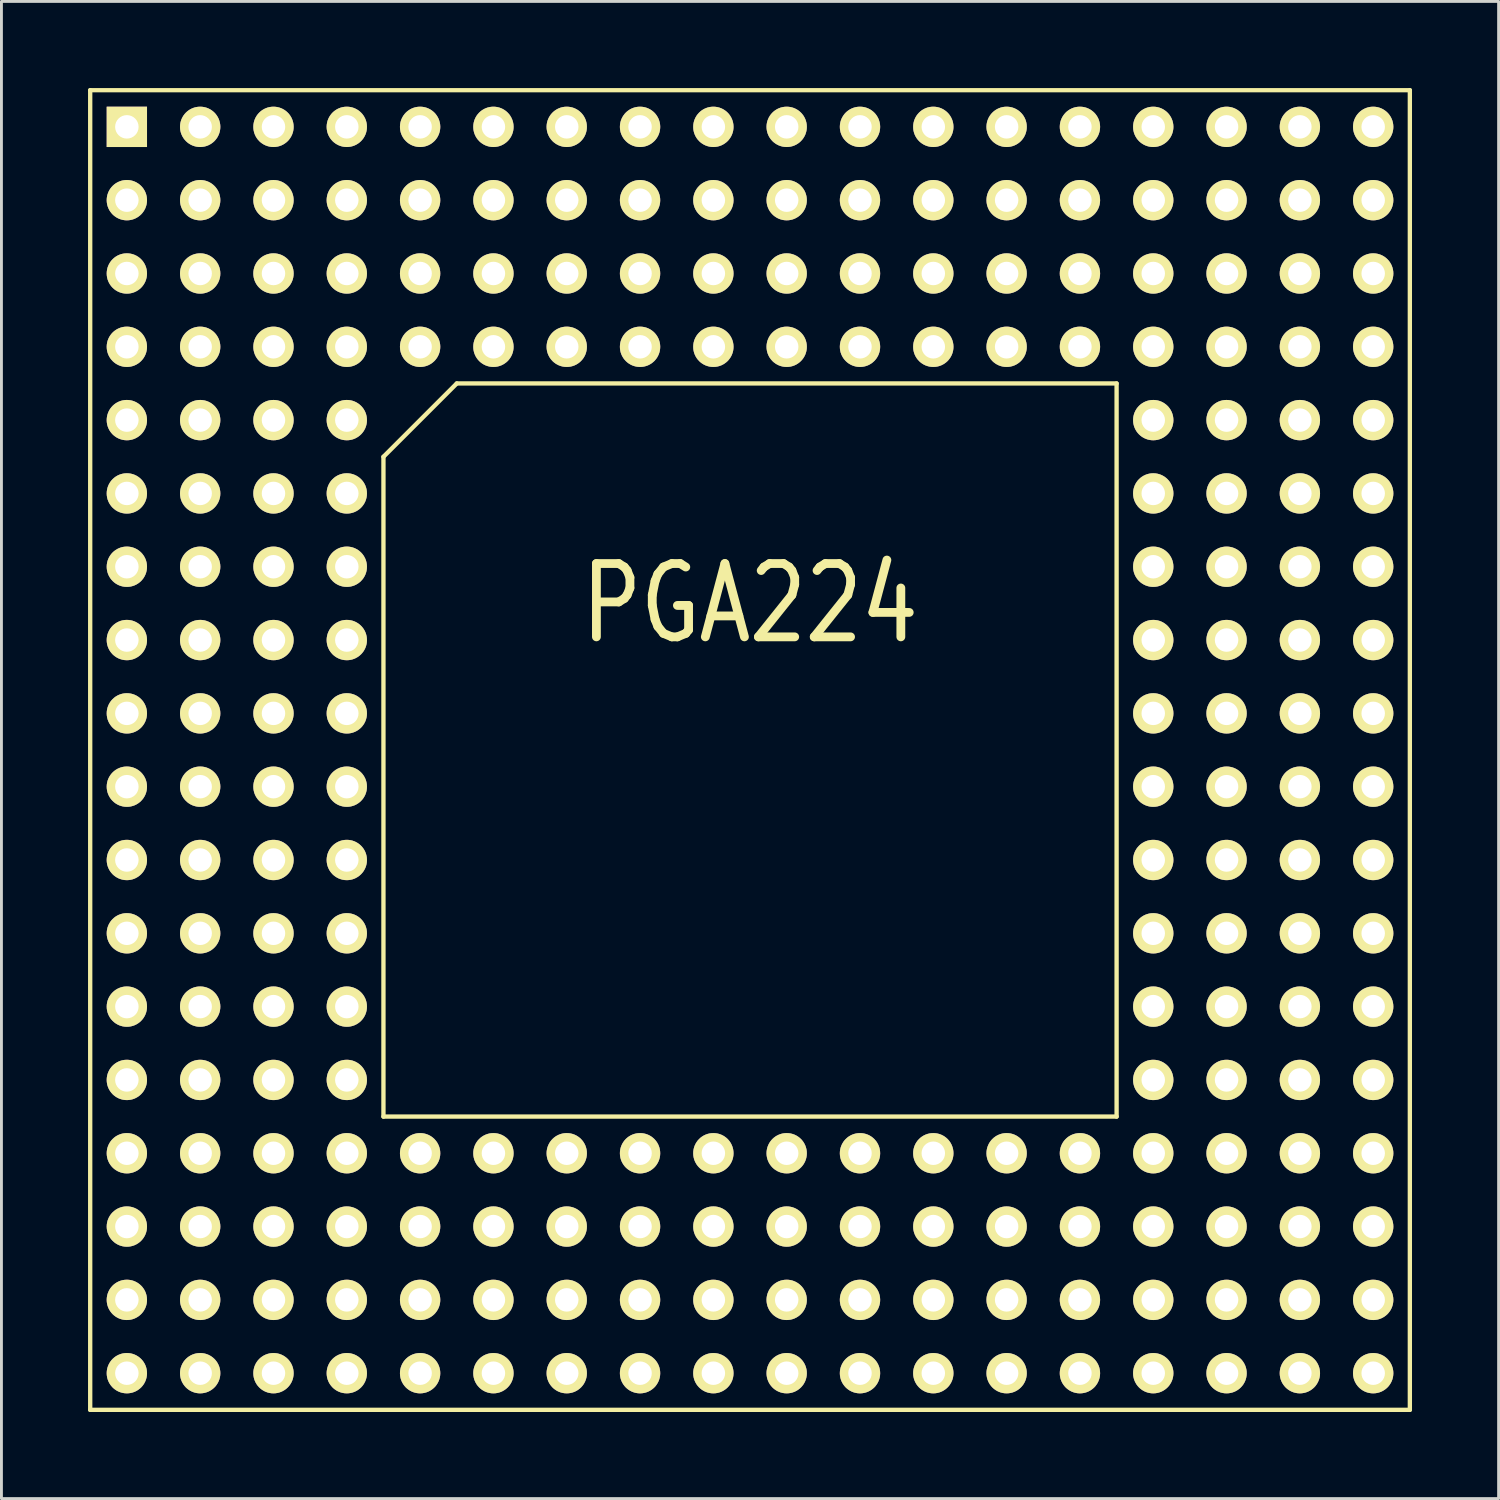
<source format=kicad_pcb>
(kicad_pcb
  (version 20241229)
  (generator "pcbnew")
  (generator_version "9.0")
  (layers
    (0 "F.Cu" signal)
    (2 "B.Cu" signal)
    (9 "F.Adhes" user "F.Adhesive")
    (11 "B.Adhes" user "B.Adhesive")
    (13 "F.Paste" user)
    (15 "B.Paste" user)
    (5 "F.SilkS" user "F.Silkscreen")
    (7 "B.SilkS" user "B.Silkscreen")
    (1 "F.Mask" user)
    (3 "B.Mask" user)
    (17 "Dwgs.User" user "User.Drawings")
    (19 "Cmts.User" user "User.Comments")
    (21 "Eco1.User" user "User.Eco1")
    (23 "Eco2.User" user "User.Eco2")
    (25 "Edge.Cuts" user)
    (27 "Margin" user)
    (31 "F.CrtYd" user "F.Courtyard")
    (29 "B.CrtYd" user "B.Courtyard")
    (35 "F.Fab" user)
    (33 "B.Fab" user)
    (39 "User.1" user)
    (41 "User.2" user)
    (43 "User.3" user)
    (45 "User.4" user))
  (footprint "PGA224"
    (layer "F.Cu")
    (at 22.935 22.935)
    (property "Reference" "PGA224" (at 0 -5.08 0) (layer "F.SilkS") (effects (font (size 2.54 2.032) (thickness 0.305))))
    (attr through_hole)
    (fp_line (start -22.86 -22.86) (end 22.86 -22.86) (stroke (width 0.15) (type solid)) (layer "F.SilkS"))
    (fp_line (start -22.86 22.86) (end -22.86 -22.86) (stroke (width 0.15) (type solid)) (layer "F.SilkS"))
    (fp_line (start -12.7 -10.16) (end -10.16 -12.7) (stroke (width 0.15) (type solid)) (layer "F.SilkS"))
    (fp_line (start -12.7 12.7) (end -12.7 -10.16) (stroke (width 0.15) (type solid)) (layer "F.SilkS"))
    (fp_line (start -10.16 -12.7) (end 12.7 -12.7) (stroke (width 0.15) (type solid)) (layer "F.SilkS"))
    (fp_line (start 12.7 -12.7) (end 12.7 12.7) (stroke (width 0.15) (type solid)) (layer "F.SilkS"))
    (fp_line (start 12.7 12.7) (end -12.7 12.7) (stroke (width 0.15) (type solid)) (layer "F.SilkS"))
    (fp_line (start 22.86 -22.86) (end 22.86 22.86) (stroke (width 0.15) (type solid)) (layer "F.SilkS"))
    (fp_line (start 22.86 22.86) (end -22.86 22.86) (stroke (width 0.15) (type solid)) (layer "F.SilkS"))
    (pad "A1" thru_hole rect (at -21.59 -21.59) (size 1.397 1.397) (drill 0.813) (layers "*.Cu" "*.Mask" "F.SilkS"))
    (pad "A2" thru_hole circle (at -19.05 -21.59) (size 1.397 1.397) (drill 0.813) (layers "*.Cu" "*.Mask" "F.SilkS"))
    (pad "A3" thru_hole circle (at -16.51 -21.59) (size 1.397 1.397) (drill 0.813) (layers "*.Cu" "*.Mask" "F.SilkS"))
    (pad "A4" thru_hole circle (at -13.97 -21.59) (size 1.397 1.397) (drill 0.813) (layers "*.Cu" "*.Mask" "F.SilkS"))
    (pad "A5" thru_hole circle (at -11.43 -21.59) (size 1.397 1.397) (drill 0.813) (layers "*.Cu" "*.Mask" "F.SilkS"))
    (pad "A6" thru_hole circle (at -8.89 -21.59) (size 1.397 1.397) (drill 0.813) (layers "*.Cu" "*.Mask" "F.SilkS"))
    (pad "A7" thru_hole circle (at -6.35 -21.59) (size 1.397 1.397) (drill 0.813) (layers "*.Cu" "*.Mask" "F.SilkS"))
    (pad "A8" thru_hole circle (at -3.81 -21.59) (size 1.397 1.397) (drill 0.813) (layers "*.Cu" "*.Mask" "F.SilkS"))
    (pad "A9" thru_hole circle (at -1.27 -21.59) (size 1.397 1.397) (drill 0.813) (layers "*.Cu" "*.Mask" "F.SilkS"))
    (pad "A10" thru_hole circle (at 1.27 -21.59) (size 1.397 1.397) (drill 0.813) (layers "*.Cu" "*.Mask" "F.SilkS"))
    (pad "A11" thru_hole circle (at 3.81 -21.59) (size 1.397 1.397) (drill 0.813) (layers "*.Cu" "*.Mask" "F.SilkS"))
    (pad "A12" thru_hole circle (at 6.35 -21.59) (size 1.397 1.397) (drill 0.813) (layers "*.Cu" "*.Mask" "F.SilkS"))
    (pad "A13" thru_hole circle (at 8.89 -21.59) (size 1.397 1.397) (drill 0.813) (layers "*.Cu" "*.Mask" "F.SilkS"))
    (pad "A14" thru_hole circle (at 11.43 -21.59) (size 1.397 1.397) (drill 0.813) (layers "*.Cu" "*.Mask" "F.SilkS"))
    (pad "A15" thru_hole circle (at 13.97 -21.59) (size 1.397 1.397) (drill 0.813) (layers "*.Cu" "*.Mask" "F.SilkS"))
    (pad "A16" thru_hole circle (at 16.51 -21.59) (size 1.397 1.397) (drill 0.813) (layers "*.Cu" "*.Mask" "F.SilkS"))
    (pad "A17" thru_hole circle (at 19.05 -21.59) (size 1.397 1.397) (drill 0.813) (layers "*.Cu" "*.Mask" "F.SilkS"))
    (pad "A18" thru_hole circle (at 21.59 -21.59) (size 1.397 1.397) (drill 0.813) (layers "*.Cu" "*.Mask" "F.SilkS"))
    (pad "B1" thru_hole circle (at -21.59 -19.05) (size 1.397 1.397) (drill 0.813) (layers "*.Cu" "*.Mask" "F.SilkS"))
    (pad "B2" thru_hole circle (at -19.05 -19.05) (size 1.397 1.397) (drill 0.813) (layers "*.Cu" "*.Mask" "F.SilkS"))
    (pad "B3" thru_hole circle (at -16.51 -19.05) (size 1.397 1.397) (drill 0.813) (layers "*.Cu" "*.Mask" "F.SilkS"))
    (pad "B4" thru_hole circle (at -13.97 -19.05) (size 1.397 1.397) (drill 0.813) (layers "*.Cu" "*.Mask" "F.SilkS"))
    (pad "B5" thru_hole circle (at -11.43 -19.05) (size 1.397 1.397) (drill 0.813) (layers "*.Cu" "*.Mask" "F.SilkS"))
    (pad "B6" thru_hole circle (at -8.89 -19.05) (size 1.397 1.397) (drill 0.813) (layers "*.Cu" "*.Mask" "F.SilkS"))
    (pad "B7" thru_hole circle (at -6.35 -19.05) (size 1.397 1.397) (drill 0.813) (layers "*.Cu" "*.Mask" "F.SilkS"))
    (pad "B8" thru_hole circle (at -3.81 -19.05) (size 1.397 1.397) (drill 0.813) (layers "*.Cu" "*.Mask" "F.SilkS"))
    (pad "B9" thru_hole circle (at -1.27 -19.05) (size 1.397 1.397) (drill 0.813) (layers "*.Cu" "*.Mask" "F.SilkS"))
    (pad "B10" thru_hole circle (at 1.27 -19.05) (size 1.397 1.397) (drill 0.813) (layers "*.Cu" "*.Mask" "F.SilkS"))
    (pad "B11" thru_hole circle (at 3.81 -19.05) (size 1.397 1.397) (drill 0.813) (layers "*.Cu" "*.Mask" "F.SilkS"))
    (pad "B12" thru_hole circle (at 6.35 -19.05) (size 1.397 1.397) (drill 0.813) (layers "*.Cu" "*.Mask" "F.SilkS"))
    (pad "B13" thru_hole circle (at 8.89 -19.05) (size 1.397 1.397) (drill 0.813) (layers "*.Cu" "*.Mask" "F.SilkS"))
    (pad "B14" thru_hole circle (at 11.43 -19.05) (size 1.397 1.397) (drill 0.813) (layers "*.Cu" "*.Mask" "F.SilkS"))
    (pad "B15" thru_hole circle (at 13.97 -19.05) (size 1.397 1.397) (drill 0.813) (layers "*.Cu" "*.Mask" "F.SilkS"))
    (pad "B16" thru_hole circle (at 16.51 -19.05) (size 1.397 1.397) (drill 0.813) (layers "*.Cu" "*.Mask" "F.SilkS"))
    (pad "B17" thru_hole circle (at 19.05 -19.05) (size 1.397 1.397) (drill 0.813) (layers "*.Cu" "*.Mask" "F.SilkS"))
    (pad "B18" thru_hole circle (at 21.59 -19.05) (size 1.397 1.397) (drill 0.813) (layers "*.Cu" "*.Mask" "F.SilkS"))
    (pad "C1" thru_hole circle (at -21.59 -16.51) (size 1.397 1.397) (drill 0.813) (layers "*.Cu" "*.Mask" "F.SilkS"))
    (pad "C2" thru_hole circle (at -19.05 -16.51) (size 1.397 1.397) (drill 0.813) (layers "*.Cu" "*.Mask" "F.SilkS"))
    (pad "C3" thru_hole circle (at -16.51 -16.51) (size 1.397 1.397) (drill 0.813) (layers "*.Cu" "*.Mask" "F.SilkS"))
    (pad "C4" thru_hole circle (at -13.97 -16.51) (size 1.397 1.397) (drill 0.813) (layers "*.Cu" "*.Mask" "F.SilkS"))
    (pad "C5" thru_hole circle (at -11.43 -16.51) (size 1.397 1.397) (drill 0.813) (layers "*.Cu" "*.Mask" "F.SilkS"))
    (pad "C6" thru_hole circle (at -8.89 -16.51) (size 1.397 1.397) (drill 0.813) (layers "*.Cu" "*.Mask" "F.SilkS"))
    (pad "C7" thru_hole circle (at -6.35 -16.51) (size 1.397 1.397) (drill 0.813) (layers "*.Cu" "*.Mask" "F.SilkS"))
    (pad "C8" thru_hole circle (at -3.81 -16.51) (size 1.397 1.397) (drill 0.813) (layers "*.Cu" "*.Mask" "F.SilkS"))
    (pad "C9" thru_hole circle (at -1.27 -16.51) (size 1.397 1.397) (drill 0.813) (layers "*.Cu" "*.Mask" "F.SilkS"))
    (pad "C10" thru_hole circle (at 1.27 -16.51) (size 1.397 1.397) (drill 0.813) (layers "*.Cu" "*.Mask" "F.SilkS"))
    (pad "C11" thru_hole circle (at 3.81 -16.51) (size 1.397 1.397) (drill 0.813) (layers "*.Cu" "*.Mask" "F.SilkS"))
    (pad "C12" thru_hole circle (at 6.35 -16.51) (size 1.397 1.397) (drill 0.813) (layers "*.Cu" "*.Mask" "F.SilkS"))
    (pad "C13" thru_hole circle (at 8.89 -16.51) (size 1.397 1.397) (drill 0.813) (layers "*.Cu" "*.Mask" "F.SilkS"))
    (pad "C14" thru_hole circle (at 11.43 -16.51) (size 1.397 1.397) (drill 0.813) (layers "*.Cu" "*.Mask" "F.SilkS"))
    (pad "C15" thru_hole circle (at 13.97 -16.51) (size 1.397 1.397) (drill 0.813) (layers "*.Cu" "*.Mask" "F.SilkS"))
    (pad "C16" thru_hole circle (at 16.51 -16.51) (size 1.397 1.397) (drill 0.813) (layers "*.Cu" "*.Mask" "F.SilkS"))
    (pad "C17" thru_hole circle (at 19.05 -16.51) (size 1.397 1.397) (drill 0.813) (layers "*.Cu" "*.Mask" "F.SilkS"))
    (pad "C18" thru_hole circle (at 21.59 -16.51) (size 1.397 1.397) (drill 0.813) (layers "*.Cu" "*.Mask" "F.SilkS"))
    (pad "D1" thru_hole circle (at -21.59 -13.97) (size 1.397 1.397) (drill 0.813) (layers "*.Cu" "*.Mask" "F.SilkS"))
    (pad "D2" thru_hole circle (at -19.05 -13.97) (size 1.397 1.397) (drill 0.813) (layers "*.Cu" "*.Mask" "F.SilkS"))
    (pad "D3" thru_hole circle (at -16.51 -13.97) (size 1.397 1.397) (drill 0.813) (layers "*.Cu" "*.Mask" "F.SilkS"))
    (pad "D4" thru_hole circle (at -13.97 -13.97) (size 1.397 1.397) (drill 0.813) (layers "*.Cu" "*.Mask" "F.SilkS"))
    (pad "D5" thru_hole circle (at -11.43 -13.97) (size 1.397 1.397) (drill 0.813) (layers "*.Cu" "*.Mask" "F.SilkS"))
    (pad "D6" thru_hole circle (at -8.89 -13.97) (size 1.397 1.397) (drill 0.813) (layers "*.Cu" "*.Mask" "F.SilkS"))
    (pad "D7" thru_hole circle (at -6.35 -13.97) (size 1.397 1.397) (drill 0.813) (layers "*.Cu" "*.Mask" "F.SilkS"))
    (pad "D8" thru_hole circle (at -3.81 -13.97) (size 1.397 1.397) (drill 0.813) (layers "*.Cu" "*.Mask" "F.SilkS"))
    (pad "D9" thru_hole circle (at -1.27 -13.97) (size 1.397 1.397) (drill 0.813) (layers "*.Cu" "*.Mask" "F.SilkS"))
    (pad "D10" thru_hole circle (at 1.27 -13.97) (size 1.397 1.397) (drill 0.813) (layers "*.Cu" "*.Mask" "F.SilkS"))
    (pad "D11" thru_hole circle (at 3.81 -13.97) (size 1.397 1.397) (drill 0.813) (layers "*.Cu" "*.Mask" "F.SilkS"))
    (pad "D12" thru_hole circle (at 6.35 -13.97) (size 1.397 1.397) (drill 0.813) (layers "*.Cu" "*.Mask" "F.SilkS"))
    (pad "D13" thru_hole circle (at 8.89 -13.97) (size 1.397 1.397) (drill 0.813) (layers "*.Cu" "*.Mask" "F.SilkS"))
    (pad "D14" thru_hole circle (at 11.43 -13.97) (size 1.397 1.397) (drill 0.813) (layers "*.Cu" "*.Mask" "F.SilkS"))
    (pad "D15" thru_hole circle (at 13.97 -13.97) (size 1.397 1.397) (drill 0.813) (layers "*.Cu" "*.Mask" "F.SilkS"))
    (pad "D16" thru_hole circle (at 16.51 -13.97) (size 1.397 1.397) (drill 0.813) (layers "*.Cu" "*.Mask" "F.SilkS"))
    (pad "D17" thru_hole circle (at 19.05 -13.97) (size 1.397 1.397) (drill 0.813) (layers "*.Cu" "*.Mask" "F.SilkS"))
    (pad "D18" thru_hole circle (at 21.59 -13.97) (size 1.397 1.397) (drill 0.813) (layers "*.Cu" "*.Mask" "F.SilkS"))
    (pad "E1" thru_hole circle (at -21.59 -11.43) (size 1.397 1.397) (drill 0.813) (layers "*.Cu" "*.Mask" "F.SilkS"))
    (pad "E2" thru_hole circle (at -19.05 -11.43) (size 1.397 1.397) (drill 0.813) (layers "*.Cu" "*.Mask" "F.SilkS"))
    (pad "E3" thru_hole circle (at -16.51 -11.43) (size 1.397 1.397) (drill 0.813) (layers "*.Cu" "*.Mask" "F.SilkS"))
    (pad "E4" thru_hole circle (at -13.97 -11.43) (size 1.397 1.397) (drill 0.813) (layers "*.Cu" "*.Mask" "F.SilkS"))
    (pad "E15" thru_hole circle (at 13.97 -11.43) (size 1.397 1.397) (drill 0.813) (layers "*.Cu" "*.Mask" "F.SilkS"))
    (pad "E16" thru_hole circle (at 16.51 -11.43) (size 1.397 1.397) (drill 0.813) (layers "*.Cu" "*.Mask" "F.SilkS"))
    (pad "E17" thru_hole circle (at 19.05 -11.43) (size 1.397 1.397) (drill 0.813) (layers "*.Cu" "*.Mask" "F.SilkS"))
    (pad "E18" thru_hole circle (at 21.59 -11.43) (size 1.397 1.397) (drill 0.813) (layers "*.Cu" "*.Mask" "F.SilkS"))
    (pad "F1" thru_hole circle (at -21.59 -8.89) (size 1.397 1.397) (drill 0.813) (layers "*.Cu" "*.Mask" "F.SilkS"))
    (pad "F2" thru_hole circle (at -19.05 -8.89) (size 1.397 1.397) (drill 0.813) (layers "*.Cu" "*.Mask" "F.SilkS"))
    (pad "F3" thru_hole circle (at -16.51 -8.89) (size 1.397 1.397) (drill 0.813) (layers "*.Cu" "*.Mask" "F.SilkS"))
    (pad "F4" thru_hole circle (at -13.97 -8.89) (size 1.397 1.397) (drill 0.813) (layers "*.Cu" "*.Mask" "F.SilkS"))
    (pad "F15" thru_hole circle (at 13.97 -8.89) (size 1.397 1.397) (drill 0.813) (layers "*.Cu" "*.Mask" "F.SilkS"))
    (pad "F16" thru_hole circle (at 16.51 -8.89) (size 1.397 1.397) (drill 0.813) (layers "*.Cu" "*.Mask" "F.SilkS"))
    (pad "F17" thru_hole circle (at 19.05 -8.89) (size 1.397 1.397) (drill 0.813) (layers "*.Cu" "*.Mask" "F.SilkS"))
    (pad "F18" thru_hole circle (at 21.59 -8.89) (size 1.397 1.397) (drill 0.813) (layers "*.Cu" "*.Mask" "F.SilkS"))
    (pad "G1" thru_hole circle (at -21.59 -6.35) (size 1.397 1.397) (drill 0.813) (layers "*.Cu" "*.Mask" "F.SilkS"))
    (pad "G2" thru_hole circle (at -19.05 -6.35) (size 1.397 1.397) (drill 0.813) (layers "*.Cu" "*.Mask" "F.SilkS"))
    (pad "G3" thru_hole circle (at -16.51 -6.35) (size 1.397 1.397) (drill 0.813) (layers "*.Cu" "*.Mask" "F.SilkS"))
    (pad "G4" thru_hole circle (at -13.97 -6.35) (size 1.397 1.397) (drill 0.813) (layers "*.Cu" "*.Mask" "F.SilkS"))
    (pad "G15" thru_hole circle (at 13.97 -6.35) (size 1.397 1.397) (drill 0.813) (layers "*.Cu" "*.Mask" "F.SilkS"))
    (pad "G16" thru_hole circle (at 16.51 -6.35) (size 1.397 1.397) (drill 0.813) (layers "*.Cu" "*.Mask" "F.SilkS"))
    (pad "G17" thru_hole circle (at 19.05 -6.35) (size 1.397 1.397) (drill 0.813) (layers "*.Cu" "*.Mask" "F.SilkS"))
    (pad "G18" thru_hole circle (at 21.59 -6.35) (size 1.397 1.397) (drill 0.813) (layers "*.Cu" "*.Mask" "F.SilkS"))
    (pad "H1" thru_hole circle (at -21.59 -3.81) (size 1.397 1.397) (drill 0.813) (layers "*.Cu" "*.Mask" "F.SilkS"))
    (pad "H2" thru_hole circle (at -19.05 -3.81) (size 1.397 1.397) (drill 0.813) (layers "*.Cu" "*.Mask" "F.SilkS"))
    (pad "H3" thru_hole circle (at -16.51 -3.81) (size 1.397 1.397) (drill 0.813) (layers "*.Cu" "*.Mask" "F.SilkS"))
    (pad "H4" thru_hole circle (at -13.97 -3.81) (size 1.397 1.397) (drill 0.813) (layers "*.Cu" "*.Mask" "F.SilkS"))
    (pad "H15" thru_hole circle (at 13.97 -3.81) (size 1.397 1.397) (drill 0.813) (layers "*.Cu" "*.Mask" "F.SilkS"))
    (pad "H16" thru_hole circle (at 16.51 -3.81) (size 1.397 1.397) (drill 0.813) (layers "*.Cu" "*.Mask" "F.SilkS"))
    (pad "H17" thru_hole circle (at 19.05 -3.81) (size 1.397 1.397) (drill 0.813) (layers "*.Cu" "*.Mask" "F.SilkS"))
    (pad "H18" thru_hole circle (at 21.59 -3.81) (size 1.397 1.397) (drill 0.813) (layers "*.Cu" "*.Mask" "F.SilkS"))
    (pad "J1" thru_hole circle (at -21.59 -1.27) (size 1.397 1.397) (drill 0.813) (layers "*.Cu" "*.Mask" "F.SilkS"))
    (pad "J2" thru_hole circle (at -19.05 -1.27) (size 1.397 1.397) (drill 0.813) (layers "*.Cu" "*.Mask" "F.SilkS"))
    (pad "J3" thru_hole circle (at -16.51 -1.27) (size 1.397 1.397) (drill 0.813) (layers "*.Cu" "*.Mask" "F.SilkS"))
    (pad "J4" thru_hole circle (at -13.97 -1.27) (size 1.397 1.397) (drill 0.813) (layers "*.Cu" "*.Mask" "F.SilkS"))
    (pad "J15" thru_hole circle (at 13.97 -1.27) (size 1.397 1.397) (drill 0.813) (layers "*.Cu" "*.Mask" "F.SilkS"))
    (pad "J16" thru_hole circle (at 16.51 -1.27) (size 1.397 1.397) (drill 0.813) (layers "*.Cu" "*.Mask" "F.SilkS"))
    (pad "J17" thru_hole circle (at 19.05 -1.27) (size 1.397 1.397) (drill 0.813) (layers "*.Cu" "*.Mask" "F.SilkS"))
    (pad "J18" thru_hole circle (at 21.59 -1.27) (size 1.397 1.397) (drill 0.813) (layers "*.Cu" "*.Mask" "F.SilkS"))
    (pad "K1" thru_hole circle (at -21.59 1.27) (size 1.397 1.397) (drill 0.813) (layers "*.Cu" "*.Mask" "F.SilkS"))
    (pad "K2" thru_hole circle (at -19.05 1.27) (size 1.397 1.397) (drill 0.813) (layers "*.Cu" "*.Mask" "F.SilkS"))
    (pad "K3" thru_hole circle (at -16.51 1.27) (size 1.397 1.397) (drill 0.813) (layers "*.Cu" "*.Mask" "F.SilkS"))
    (pad "K4" thru_hole circle (at -13.97 1.27) (size 1.397 1.397) (drill 0.813) (layers "*.Cu" "*.Mask" "F.SilkS"))
    (pad "K15" thru_hole circle (at 13.97 1.27) (size 1.397 1.397) (drill 0.813) (layers "*.Cu" "*.Mask" "F.SilkS"))
    (pad "K16" thru_hole circle (at 16.51 1.27) (size 1.397 1.397) (drill 0.813) (layers "*.Cu" "*.Mask" "F.SilkS"))
    (pad "K17" thru_hole circle (at 19.05 1.27) (size 1.397 1.397) (drill 0.813) (layers "*.Cu" "*.Mask" "F.SilkS"))
    (pad "K18" thru_hole circle (at 21.59 1.27) (size 1.397 1.397) (drill 0.813) (layers "*.Cu" "*.Mask" "F.SilkS"))
    (pad "L1" thru_hole circle (at -21.59 3.81) (size 1.397 1.397) (drill 0.813) (layers "*.Cu" "*.Mask" "F.SilkS"))
    (pad "L2" thru_hole circle (at -19.05 3.81) (size 1.397 1.397) (drill 0.813) (layers "*.Cu" "*.Mask" "F.SilkS"))
    (pad "L3" thru_hole circle (at -16.51 3.81) (size 1.397 1.397) (drill 0.813) (layers "*.Cu" "*.Mask" "F.SilkS"))
    (pad "L4" thru_hole circle (at -13.97 3.81) (size 1.397 1.397) (drill 0.813) (layers "*.Cu" "*.Mask" "F.SilkS"))
    (pad "L15" thru_hole circle (at 13.97 3.81) (size 1.397 1.397) (drill 0.813) (layers "*.Cu" "*.Mask" "F.SilkS"))
    (pad "L16" thru_hole circle (at 16.51 3.81) (size 1.397 1.397) (drill 0.813) (layers "*.Cu" "*.Mask" "F.SilkS"))
    (pad "L17" thru_hole circle (at 19.05 3.81) (size 1.397 1.397) (drill 0.813) (layers "*.Cu" "*.Mask" "F.SilkS"))
    (pad "L18" thru_hole circle (at 21.59 3.81) (size 1.397 1.397) (drill 0.813) (layers "*.Cu" "*.Mask" "F.SilkS"))
    (pad "M1" thru_hole circle (at -21.59 6.35) (size 1.397 1.397) (drill 0.813) (layers "*.Cu" "*.Mask" "F.SilkS"))
    (pad "M2" thru_hole circle (at -19.05 6.35) (size 1.397 1.397) (drill 0.813) (layers "*.Cu" "*.Mask" "F.SilkS"))
    (pad "M3" thru_hole circle (at -16.51 6.35) (size 1.397 1.397) (drill 0.813) (layers "*.Cu" "*.Mask" "F.SilkS"))
    (pad "M4" thru_hole circle (at -13.97 6.35) (size 1.397 1.397) (drill 0.813) (layers "*.Cu" "*.Mask" "F.SilkS"))
    (pad "M15" thru_hole circle (at 13.97 6.35) (size 1.397 1.397) (drill 0.813) (layers "*.Cu" "*.Mask" "F.SilkS"))
    (pad "M16" thru_hole circle (at 16.51 6.35) (size 1.397 1.397) (drill 0.813) (layers "*.Cu" "*.Mask" "F.SilkS"))
    (pad "M17" thru_hole circle (at 19.05 6.35) (size 1.397 1.397) (drill 0.813) (layers "*.Cu" "*.Mask" "F.SilkS"))
    (pad "M18" thru_hole circle (at 21.59 6.35) (size 1.397 1.397) (drill 0.813) (layers "*.Cu" "*.Mask" "F.SilkS"))
    (pad "N1" thru_hole circle (at -21.59 8.89) (size 1.397 1.397) (drill 0.813) (layers "*.Cu" "*.Mask" "F.SilkS"))
    (pad "N2" thru_hole circle (at -19.05 8.89) (size 1.397 1.397) (drill 0.813) (layers "*.Cu" "*.Mask" "F.SilkS"))
    (pad "N3" thru_hole circle (at -16.51 8.89) (size 1.397 1.397) (drill 0.813) (layers "*.Cu" "*.Mask" "F.SilkS"))
    (pad "N4" thru_hole circle (at -13.97 8.89) (size 1.397 1.397) (drill 0.813) (layers "*.Cu" "*.Mask" "F.SilkS"))
    (pad "N15" thru_hole circle (at 13.97 8.89) (size 1.397 1.397) (drill 0.813) (layers "*.Cu" "*.Mask" "F.SilkS"))
    (pad "N16" thru_hole circle (at 16.51 8.89) (size 1.397 1.397) (drill 0.813) (layers "*.Cu" "*.Mask" "F.SilkS"))
    (pad "N17" thru_hole circle (at 19.05 8.89) (size 1.397 1.397) (drill 0.813) (layers "*.Cu" "*.Mask" "F.SilkS"))
    (pad "N18" thru_hole circle (at 21.59 8.89) (size 1.397 1.397) (drill 0.813) (layers "*.Cu" "*.Mask" "F.SilkS"))
    (pad "P1" thru_hole circle (at -21.59 11.43) (size 1.397 1.397) (drill 0.813) (layers "*.Cu" "*.Mask" "F.SilkS"))
    (pad "P2" thru_hole circle (at -19.05 11.43) (size 1.397 1.397) (drill 0.813) (layers "*.Cu" "*.Mask" "F.SilkS"))
    (pad "P3" thru_hole circle (at -16.51 11.43) (size 1.397 1.397) (drill 0.813) (layers "*.Cu" "*.Mask" "F.SilkS"))
    (pad "P4" thru_hole circle (at -13.97 11.43) (size 1.397 1.397) (drill 0.813) (layers "*.Cu" "*.Mask" "F.SilkS"))
    (pad "P15" thru_hole circle (at 13.97 11.43) (size 1.397 1.397) (drill 0.813) (layers "*.Cu" "*.Mask" "F.SilkS"))
    (pad "P16" thru_hole circle (at 16.51 11.43) (size 1.397 1.397) (drill 0.813) (layers "*.Cu" "*.Mask" "F.SilkS"))
    (pad "P17" thru_hole circle (at 19.05 11.43) (size 1.397 1.397) (drill 0.813) (layers "*.Cu" "*.Mask" "F.SilkS"))
    (pad "P18" thru_hole circle (at 21.59 11.43) (size 1.397 1.397) (drill 0.813) (layers "*.Cu" "*.Mask" "F.SilkS"))
    (pad "R1" thru_hole circle (at -21.59 13.97) (size 1.397 1.397) (drill 0.813) (layers "*.Cu" "*.Mask" "F.SilkS"))
    (pad "R2" thru_hole circle (at -19.05 13.97) (size 1.397 1.397) (drill 0.813) (layers "*.Cu" "*.Mask" "F.SilkS"))
    (pad "R3" thru_hole circle (at -16.51 13.97) (size 1.397 1.397) (drill 0.813) (layers "*.Cu" "*.Mask" "F.SilkS"))
    (pad "R4" thru_hole circle (at -13.97 13.97) (size 1.397 1.397) (drill 0.813) (layers "*.Cu" "*.Mask" "F.SilkS"))
    (pad "R5" thru_hole circle (at -11.43 13.97) (size 1.397 1.397) (drill 0.813) (layers "*.Cu" "*.Mask" "F.SilkS"))
    (pad "R6" thru_hole circle (at -8.89 13.97) (size 1.397 1.397) (drill 0.813) (layers "*.Cu" "*.Mask" "F.SilkS"))
    (pad "R7" thru_hole circle (at -6.35 13.97) (size 1.397 1.397) (drill 0.813) (layers "*.Cu" "*.Mask" "F.SilkS"))
    (pad "R8" thru_hole circle (at -3.81 13.97) (size 1.397 1.397) (drill 0.813) (layers "*.Cu" "*.Mask" "F.SilkS"))
    (pad "R9" thru_hole circle (at -1.27 13.97) (size 1.397 1.397) (drill 0.813) (layers "*.Cu" "*.Mask" "F.SilkS"))
    (pad "R10" thru_hole circle (at 1.27 13.97) (size 1.397 1.397) (drill 0.813) (layers "*.Cu" "*.Mask" "F.SilkS"))
    (pad "R11" thru_hole circle (at 3.81 13.97) (size 1.397 1.397) (drill 0.813) (layers "*.Cu" "*.Mask" "F.SilkS"))
    (pad "R12" thru_hole circle (at 6.35 13.97) (size 1.397 1.397) (drill 0.813) (layers "*.Cu" "*.Mask" "F.SilkS"))
    (pad "R13" thru_hole circle (at 8.89 13.97) (size 1.397 1.397) (drill 0.813) (layers "*.Cu" "*.Mask" "F.SilkS"))
    (pad "R14" thru_hole circle (at 11.43 13.97) (size 1.397 1.397) (drill 0.813) (layers "*.Cu" "*.Mask" "F.SilkS"))
    (pad "R15" thru_hole circle (at 13.97 13.97) (size 1.397 1.397) (drill 0.813) (layers "*.Cu" "*.Mask" "F.SilkS"))
    (pad "R16" thru_hole circle (at 16.51 13.97) (size 1.397 1.397) (drill 0.813) (layers "*.Cu" "*.Mask" "F.SilkS"))
    (pad "R17" thru_hole circle (at 19.05 13.97) (size 1.397 1.397) (drill 0.813) (layers "*.Cu" "*.Mask" "F.SilkS"))
    (pad "R18" thru_hole circle (at 21.59 13.97) (size 1.397 1.397) (drill 0.813) (layers "*.Cu" "*.Mask" "F.SilkS"))
    (pad "T1" thru_hole circle (at -21.59 16.51) (size 1.397 1.397) (drill 0.813) (layers "*.Cu" "*.Mask" "F.SilkS"))
    (pad "T2" thru_hole circle (at -19.05 16.51) (size 1.397 1.397) (drill 0.813) (layers "*.Cu" "*.Mask" "F.SilkS"))
    (pad "T3" thru_hole circle (at -16.51 16.51) (size 1.397 1.397) (drill 0.813) (layers "*.Cu" "*.Mask" "F.SilkS"))
    (pad "T4" thru_hole circle (at -13.97 16.51) (size 1.397 1.397) (drill 0.813) (layers "*.Cu" "*.Mask" "F.SilkS"))
    (pad "T5" thru_hole circle (at -11.43 16.51) (size 1.397 1.397) (drill 0.813) (layers "*.Cu" "*.Mask" "F.SilkS"))
    (pad "T6" thru_hole circle (at -8.89 16.51) (size 1.397 1.397) (drill 0.813) (layers "*.Cu" "*.Mask" "F.SilkS"))
    (pad "T7" thru_hole circle (at -6.35 16.51) (size 1.397 1.397) (drill 0.813) (layers "*.Cu" "*.Mask" "F.SilkS"))
    (pad "T8" thru_hole circle (at -3.81 16.51) (size 1.397 1.397) (drill 0.813) (layers "*.Cu" "*.Mask" "F.SilkS"))
    (pad "T9" thru_hole circle (at -1.27 16.51) (size 1.397 1.397) (drill 0.813) (layers "*.Cu" "*.Mask" "F.SilkS"))
    (pad "T10" thru_hole circle (at 1.27 16.51) (size 1.397 1.397) (drill 0.813) (layers "*.Cu" "*.Mask" "F.SilkS"))
    (pad "T11" thru_hole circle (at 3.81 16.51) (size 1.397 1.397) (drill 0.813) (layers "*.Cu" "*.Mask" "F.SilkS"))
    (pad "T12" thru_hole circle (at 6.35 16.51) (size 1.397 1.397) (drill 0.813) (layers "*.Cu" "*.Mask" "F.SilkS"))
    (pad "T13" thru_hole circle (at 8.89 16.51) (size 1.397 1.397) (drill 0.813) (layers "*.Cu" "*.Mask" "F.SilkS"))
    (pad "T14" thru_hole circle (at 11.43 16.51) (size 1.397 1.397) (drill 0.813) (layers "*.Cu" "*.Mask" "F.SilkS"))
    (pad "T15" thru_hole circle (at 13.97 16.51) (size 1.397 1.397) (drill 0.813) (layers "*.Cu" "*.Mask" "F.SilkS"))
    (pad "T16" thru_hole circle (at 16.51 16.51) (size 1.397 1.397) (drill 0.813) (layers "*.Cu" "*.Mask" "F.SilkS"))
    (pad "T17" thru_hole circle (at 19.05 16.51) (size 1.397 1.397) (drill 0.813) (layers "*.Cu" "*.Mask" "F.SilkS"))
    (pad "T18" thru_hole circle (at 21.59 16.51) (size 1.397 1.397) (drill 0.813) (layers "*.Cu" "*.Mask" "F.SilkS"))
    (pad "U1" thru_hole circle (at -21.59 19.05) (size 1.397 1.397) (drill 0.813) (layers "*.Cu" "*.Mask" "F.SilkS"))
    (pad "U2" thru_hole circle (at -19.05 19.05) (size 1.397 1.397) (drill 0.813) (layers "*.Cu" "*.Mask" "F.SilkS"))
    (pad "U3" thru_hole circle (at -16.51 19.05) (size 1.397 1.397) (drill 0.813) (layers "*.Cu" "*.Mask" "F.SilkS"))
    (pad "U4" thru_hole circle (at -13.97 19.05) (size 1.397 1.397) (drill 0.813) (layers "*.Cu" "*.Mask" "F.SilkS"))
    (pad "U5" thru_hole circle (at -11.43 19.05) (size 1.397 1.397) (drill 0.813) (layers "*.Cu" "*.Mask" "F.SilkS"))
    (pad "U6" thru_hole circle (at -8.89 19.05) (size 1.397 1.397) (drill 0.813) (layers "*.Cu" "*.Mask" "F.SilkS"))
    (pad "U7" thru_hole circle (at -6.35 19.05) (size 1.397 1.397) (drill 0.813) (layers "*.Cu" "*.Mask" "F.SilkS"))
    (pad "U8" thru_hole circle (at -3.81 19.05) (size 1.397 1.397) (drill 0.813) (layers "*.Cu" "*.Mask" "F.SilkS"))
    (pad "U9" thru_hole circle (at -1.27 19.05) (size 1.397 1.397) (drill 0.813) (layers "*.Cu" "*.Mask" "F.SilkS"))
    (pad "U10" thru_hole circle (at 1.27 19.05) (size 1.397 1.397) (drill 0.813) (layers "*.Cu" "*.Mask" "F.SilkS"))
    (pad "U11" thru_hole circle (at 3.81 19.05) (size 1.397 1.397) (drill 0.813) (layers "*.Cu" "*.Mask" "F.SilkS"))
    (pad "U12" thru_hole circle (at 6.35 19.05) (size 1.397 1.397) (drill 0.813) (layers "*.Cu" "*.Mask" "F.SilkS"))
    (pad "U13" thru_hole circle (at 8.89 19.05) (size 1.397 1.397) (drill 0.813) (layers "*.Cu" "*.Mask" "F.SilkS"))
    (pad "U14" thru_hole circle (at 11.43 19.05) (size 1.397 1.397) (drill 0.813) (layers "*.Cu" "*.Mask" "F.SilkS"))
    (pad "U15" thru_hole circle (at 13.97 19.05) (size 1.397 1.397) (drill 0.813) (layers "*.Cu" "*.Mask" "F.SilkS"))
    (pad "U16" thru_hole circle (at 16.51 19.05) (size 1.397 1.397) (drill 0.813) (layers "*.Cu" "*.Mask" "F.SilkS"))
    (pad "U17" thru_hole circle (at 19.05 19.05) (size 1.397 1.397) (drill 0.813) (layers "*.Cu" "*.Mask" "F.SilkS"))
    (pad "U18" thru_hole circle (at 21.59 19.05) (size 1.397 1.397) (drill 0.813) (layers "*.Cu" "*.Mask" "F.SilkS"))
    (pad "V1" thru_hole circle (at -21.59 21.59) (size 1.397 1.397) (drill 0.813) (layers "*.Cu" "*.Mask" "F.SilkS"))
    (pad "V2" thru_hole circle (at -19.05 21.59) (size 1.397 1.397) (drill 0.813) (layers "*.Cu" "*.Mask" "F.SilkS"))
    (pad "V3" thru_hole circle (at -16.51 21.59) (size 1.397 1.397) (drill 0.813) (layers "*.Cu" "*.Mask" "F.SilkS"))
    (pad "V4" thru_hole circle (at -13.97 21.59) (size 1.397 1.397) (drill 0.813) (layers "*.Cu" "*.Mask" "F.SilkS"))
    (pad "V5" thru_hole circle (at -11.43 21.59) (size 1.397 1.397) (drill 0.813) (layers "*.Cu" "*.Mask" "F.SilkS"))
    (pad "V6" thru_hole circle (at -8.89 21.59) (size 1.397 1.397) (drill 0.813) (layers "*.Cu" "*.Mask" "F.SilkS"))
    (pad "V7" thru_hole circle (at -6.35 21.59) (size 1.397 1.397) (drill 0.813) (layers "*.Cu" "*.Mask" "F.SilkS"))
    (pad "V8" thru_hole circle (at -3.81 21.59) (size 1.397 1.397) (drill 0.813) (layers "*.Cu" "*.Mask" "F.SilkS"))
    (pad "V9" thru_hole circle (at -1.27 21.59) (size 1.397 1.397) (drill 0.813) (layers "*.Cu" "*.Mask" "F.SilkS"))
    (pad "V10" thru_hole circle (at 1.27 21.59) (size 1.397 1.397) (drill 0.813) (layers "*.Cu" "*.Mask" "F.SilkS"))
    (pad "V11" thru_hole circle (at 3.81 21.59) (size 1.397 1.397) (drill 0.813) (layers "*.Cu" "*.Mask" "F.SilkS"))
    (pad "V12" thru_hole circle (at 6.35 21.59) (size 1.397 1.397) (drill 0.813) (layers "*.Cu" "*.Mask" "F.SilkS"))
    (pad "V13" thru_hole circle (at 8.89 21.59) (size 1.397 1.397) (drill 0.813) (layers "*.Cu" "*.Mask" "F.SilkS"))
    (pad "V14" thru_hole circle (at 11.43 21.59) (size 1.397 1.397) (drill 0.813) (layers "*.Cu" "*.Mask" "F.SilkS"))
    (pad "V15" thru_hole circle (at 13.97 21.59) (size 1.397 1.397) (drill 0.813) (layers "*.Cu" "*.Mask" "F.SilkS"))
    (pad "V16" thru_hole circle (at 16.51 21.59) (size 1.397 1.397) (drill 0.813) (layers "*.Cu" "*.Mask" "F.SilkS"))
    (pad "V17" thru_hole circle (at 19.05 21.59) (size 1.397 1.397) (drill 0.813) (layers "*.Cu" "*.Mask" "F.SilkS"))
    (pad "V18" thru_hole circle (at 21.59 21.59) (size 1.397 1.397) (drill 0.813) (layers "*.Cu" "*.Mask" "F.SilkS")))
  (gr_rect
    (start -3 -3)
    (end 48.87 48.87)
    (stroke (width 0.1) (type default))
    (fill no)
    (layer "Edge.Cuts")))
</source>
